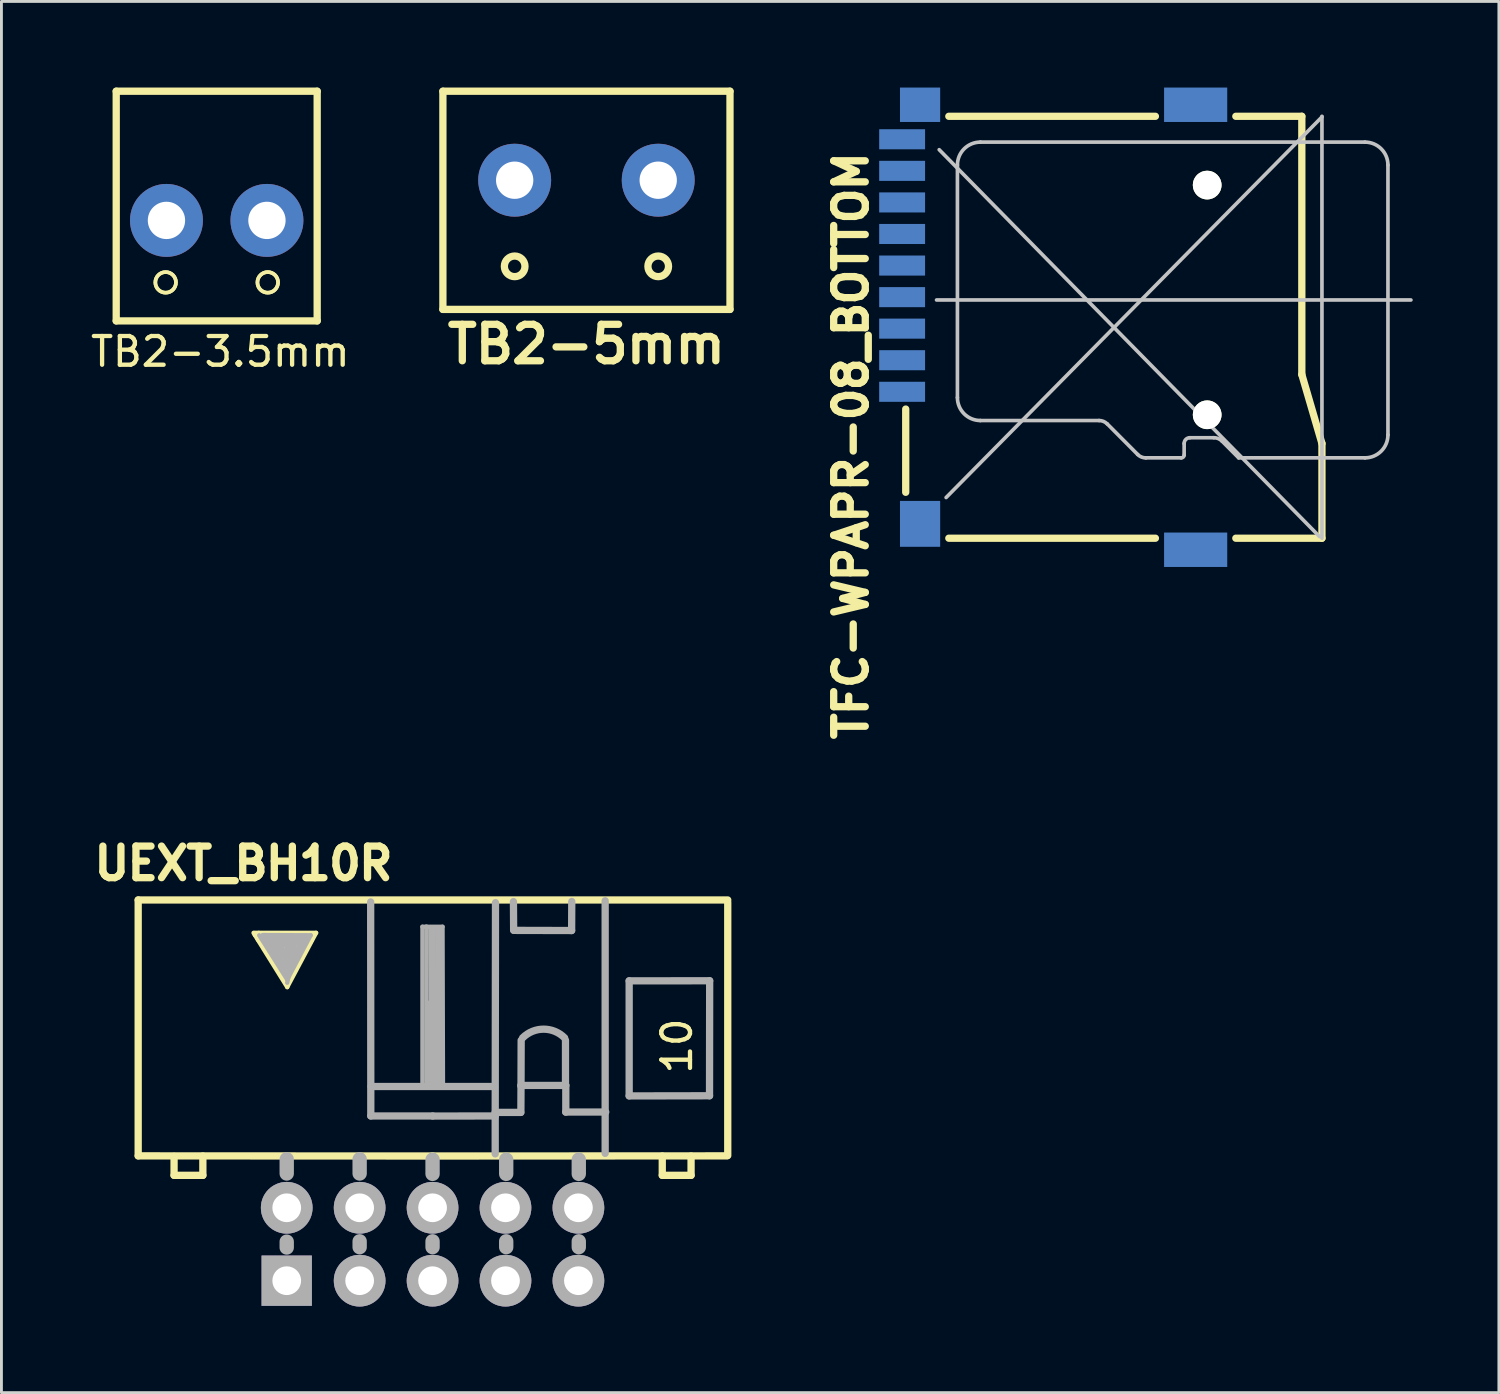
<source format=kicad_pcb>
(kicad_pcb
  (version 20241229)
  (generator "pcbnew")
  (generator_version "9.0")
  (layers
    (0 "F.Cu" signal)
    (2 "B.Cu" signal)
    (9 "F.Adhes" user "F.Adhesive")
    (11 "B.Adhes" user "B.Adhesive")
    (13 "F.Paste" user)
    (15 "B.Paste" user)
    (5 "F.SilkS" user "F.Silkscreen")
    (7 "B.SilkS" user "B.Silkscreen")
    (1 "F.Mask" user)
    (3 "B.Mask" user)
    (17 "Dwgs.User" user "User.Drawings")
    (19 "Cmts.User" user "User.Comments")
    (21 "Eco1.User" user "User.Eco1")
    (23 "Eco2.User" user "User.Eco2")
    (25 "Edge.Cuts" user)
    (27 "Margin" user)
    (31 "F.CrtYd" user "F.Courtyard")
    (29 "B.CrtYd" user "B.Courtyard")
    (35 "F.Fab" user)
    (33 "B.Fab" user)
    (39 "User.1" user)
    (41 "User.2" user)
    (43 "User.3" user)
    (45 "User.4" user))
  (footprint "TFC-WPAPR-08_BOTTOM"
    (layer "F.Cu")
    (at 35.747 8.349)
    (property "Reference" "TFC-WPAPR-08_BOTTOM" (at -9.154 4.128 270) (layer "F.SilkS") (effects (font (size 1.1 1.1) (thickness 0.254))))
    (attr smd)
    (fp_line (start -7.249 2.85) (end -7.249 5.748) (stroke (width 0.254) (type solid)) (layer "F.SilkS"))
    (fp_line (start -5.748 -7.348) (end 1.448 -7.348) (stroke (width 0.254) (type solid)) (layer "F.SilkS"))
    (fp_line (start -5.748 7.348) (end 1.448 7.348) (stroke (width 0.254) (type solid)) (layer "F.SilkS"))
    (fp_line (start 4.249 -7.348) (end 6.548 -7.348) (stroke (width 0.254) (type solid)) (layer "F.SilkS"))
    (fp_line (start 4.249 7.348) (end 7.249 7.348) (stroke (width 0.254) (type solid)) (layer "F.SilkS"))
    (fp_line (start 6.548 1.648) (end 6.548 -7.348) (stroke (width 0.254) (type solid)) (layer "F.SilkS"))
    (fp_line (start 7.249 4.049) (end 6.548 1.648) (stroke (width 0.254) (type solid)) (layer "F.SilkS"))
    (fp_line (start 7.249 7.348) (end 7.249 4.049) (stroke (width 0.254) (type solid)) (layer "F.SilkS"))
    (fp_line (start -6.175 -0.95) (end 10.348 -0.95) (stroke (width 0.127) (type solid)) (layer "Dwgs.User"))
    (fp_line (start -6.083 -6.185) (end 7.163 7.29) (stroke (width 0.127) (type solid)) (layer "Dwgs.User"))
    (fp_line (start -5.842 5.931) (end 7.252 -7.328) (stroke (width 0.127) (type solid)) (layer "Dwgs.User"))
    (fp_line (start -5.448 -5.649) (end -5.448 2.449) (stroke (width 0.127) (type solid)) (layer "Dwgs.User"))
    (fp_line (start -4.648 3.249) (end -0.516 3.249) (stroke (width 0.127) (type solid)) (layer "Dwgs.User"))
    (fp_line (start -0.231 3.365) (end 0.831 4.432) (stroke (width 0.127) (type solid)) (layer "Dwgs.User"))
    (fp_line (start 1.115 4.549) (end 2.349 4.549) (stroke (width 0.127) (type solid)) (layer "Dwgs.User"))
    (fp_line (start 2.449 4.448) (end 2.449 4.049) (stroke (width 0.127) (type solid)) (layer "Dwgs.User"))
    (fp_line (start 2.649 3.848) (end 3.482 3.848) (stroke (width 0.127) (type solid)) (layer "Dwgs.User"))
    (fp_line (start 3.767 3.965) (end 4.348 4.549) (stroke (width 0.127) (type solid)) (layer "Dwgs.User"))
    (fp_line (start 4.348 4.549) (end 8.748 4.549) (stroke (width 0.127) (type solid)) (layer "Dwgs.User"))
    (fp_line (start 7.249 7.348) (end 7.249 -7.348) (stroke (width 0.127) (type solid)) (layer "Dwgs.User"))
    (fp_line (start 8.748 -6.449) (end -4.648 -6.449) (stroke (width 0.127) (type solid)) (layer "Dwgs.User"))
    (fp_line (start 9.548 3.749) (end 9.548 -5.649) (stroke (width 0.127) (type solid)) (layer "Dwgs.User"))
    (fp_arc (start -5.4483 -5.64896) (mid -5.213956 -6.214716) (end -4.6482 -6.44906) (stroke (width 0.127) (type solid)) (layer "Dwgs.User"))
    (fp_arc (start -4.6482 3.24866) (mid -5.213956 3.014316) (end -5.4483 2.44856) (stroke (width 0.127) (type solid)) (layer "Dwgs.User"))
    (fp_arc (start -0.51308 3.248717) (mid -0.360495 3.279068) (end -0.23114 3.3655) (stroke (width 0.127) (type solid)) (layer "Dwgs.User"))
    (fp_arc (start 1.114358 4.550135) (mid 0.960776 4.519377) (end 0.83058 4.4323) (stroke (width 0.127) (type solid)) (layer "Dwgs.User"))
    (fp_arc (start 2.44856 4.04876) (mid 2.507332 3.906872) (end 2.64922 3.8481) (stroke (width 0.127) (type solid)) (layer "Dwgs.User"))
    (fp_arc (start 2.4511 4.44754) (mid 2.421342 4.519382) (end 2.3495 4.54914) (stroke (width 0.127) (type solid)) (layer "Dwgs.User"))
    (fp_arc (start 3.48234 3.847105) (mid 3.636299 3.877729) (end 3.76682 3.96494) (stroke (width 0.127) (type solid)) (layer "Dwgs.User"))
    (fp_arc (start 8.74776 -6.44906) (mid 9.313516 -6.214716) (end 9.54786 -5.64896) (stroke (width 0.127) (type solid)) (layer "Dwgs.User"))
    (fp_arc (start 9.54786 3.74904) (mid 9.313516 4.314796) (end 8.74776 4.54914) (stroke (width 0.127) (type solid)) (layer "Dwgs.User"))
    (pad "" np_thru_hole circle (at 3.251 -4.953) (size 1 1) (drill 1) (layers "*.Cu" "*.Mask" "F.SilkS"))
    (pad "" np_thru_hole circle (at 3.251 3.048) (size 1 1) (drill 1) (layers "*.Cu" "*.Mask" "F.SilkS"))
    (pad "1" smd rect (at -7.374 2.248 90) (size 0.699 1.598) (layers "F.Mask" "B.Cu" "F.Paste"))
    (pad "2" smd rect (at -7.374 1.148 90) (size 0.699 1.598) (layers "F.Mask" "B.Cu" "F.Paste"))
    (pad "3" smd rect (at -7.374 0.048 90) (size 0.699 1.598) (layers "F.Mask" "B.Cu" "F.Paste"))
    (pad "4" smd rect (at -7.374 -1.049 90) (size 0.699 1.598) (layers "F.Mask" "B.Cu" "F.Paste"))
    (pad "5" smd rect (at -7.374 -2.149 90) (size 0.699 1.598) (layers "F.Mask" "B.Cu" "F.Paste"))
    (pad "6" smd rect (at -7.374 -3.249 90) (size 0.699 1.598) (layers "F.Mask" "B.Cu" "F.Paste"))
    (pad "7" smd rect (at -7.374 -4.348 90) (size 0.699 1.598) (layers "F.Mask" "B.Cu" "F.Paste"))
    (pad "8" smd rect (at -7.374 -5.448 90) (size 0.699 1.598) (layers "F.Mask" "B.Cu" "F.Paste"))
    (pad "9" smd rect (at -7.374 -6.548 90) (size 0.699 1.598) (layers "F.Mask" "B.Cu" "F.Paste"))
    (pad "10" smd rect (at -6.749 -7.75 90) (size 1.199 1.4) (layers "F.Mask" "B.Cu" "F.Paste"))
    (pad "11" smd rect (at -6.749 6.848 90) (size 1.598 1.4) (layers "F.Mask" "B.Cu" "F.Paste"))
    (pad "12" smd rect (at 2.85 -7.75 90) (size 1.199 2.2) (layers "F.Mask" "B.Cu" "F.Paste"))
    (pad "13" smd rect (at 2.85 7.75 90) (size 1.199 2.2) (layers "F.Mask" "B.Cu" "F.Paste")))
  (footprint "TB2-3.5mm"
    (layer "F.Cu")
    (at 4.498 4.627)
    (property "Reference" "TB2-3.5mm" (at 0.127 4.572 0) (layer "F.SilkS") (effects (font (size 1 1) (thickness 0.15))))
    (attr through_hole)
    (fp_line (start -3.5 -4.5) (end 3.5 -4.5) (stroke (width 0.254) (type solid)) (layer "F.SilkS"))
    (fp_line (start -3.5 3.5) (end -3.5 -4.5) (stroke (width 0.254) (type solid)) (layer "F.SilkS"))
    (fp_line (start 3.5 3.5) (end -3.5 3.5) (stroke (width 0.254) (type solid)) (layer "F.SilkS"))
    (fp_line (start 3.5 3.5) (end 3.5 -4.5) (stroke (width 0.254) (type solid)) (layer "F.SilkS"))
    (fp_circle (center -1.778 2.159) (end -1.524 2.413) (stroke (width 0.127) (type solid)) (fill no) (layer "F.SilkS"))
    (fp_circle (center -1.778 2.159) (end -1.524 2.413) (stroke (width 0.127) (type solid)) (fill no) (layer "F.SilkS"))
    (fp_circle (center 1.778 2.159) (end 2.032 2.413) (stroke (width 0.127) (type solid)) (fill no) (layer "F.SilkS"))
    (fp_circle (center 1.778 2.159) (end 2.032 2.413) (stroke (width 0.127) (type solid)) (fill no) (layer "F.SilkS"))
    (pad "1" thru_hole circle (at -1.75 0) (size 2.54 2.54) (drill 1.3) (layers "*.Cu" "*.Mask"))
    (pad "2" thru_hole circle (at 1.75 0) (size 2.54 2.54) (drill 1.3) (layers "*.Cu" "*.Mask")))
  (footprint "TB2-5mm"
    (layer "F.Cu")
    (at 17.377 3.227)
    (property "Reference" "TB2-5mm" (at 0 5.715 0) (layer "F.SilkS") (effects (font (size 1.27 1.27) (thickness 0.254))))
    (attr through_hole)
    (fp_line (start -5 -3.1) (end 5 -3.1) (stroke (width 0.254) (type solid)) (layer "F.SilkS"))
    (fp_line (start -5 4.5) (end -5 -3.1) (stroke (width 0.254) (type solid)) (layer "F.SilkS"))
    (fp_line (start 5 4.5) (end -5 4.5) (stroke (width 0.254) (type solid)) (layer "F.SilkS"))
    (fp_line (start 5 4.5) (end 5 -3.1) (stroke (width 0.254) (type solid)) (layer "F.SilkS"))
    (fp_circle (center -2.5 3) (end -2.141 3) (stroke (width 0.254) (type solid)) (fill no) (layer "F.SilkS"))
    (fp_circle (center 2.5 3) (end 2.859 3) (stroke (width 0.254) (type solid)) (fill no) (layer "F.SilkS"))
    (pad "1" thru_hole circle (at -2.5 0) (size 2.54 2.54) (drill 1.3) (layers "*.Cu" "*.Mask"))
    (pad "2" thru_hole circle (at 2.5 0) (size 2.54 2.54) (drill 1.3) (layers "*.Cu" "*.Mask")))
  (footprint "UEXT_BH10R"
    (layer "F.Cu")
    (at 12.017 40.289)
    (property "Reference" "UEXT_BH10R" (at -6.586 -13.264 0) (layer "F.SilkS") (effects (font (size 1.1 1.1) (thickness 0.254))))
    (attr through_hole)
    (fp_line (start -10.254 -11.991) (end 10.282 -11.991) (stroke (width 0.254) (type solid)) (layer "F.SilkS"))
    (fp_line (start -10.254 -3.078) (end -10.254 -11.991) (stroke (width 0.254) (type solid)) (layer "F.SilkS"))
    (fp_line (start -9.004 -3.061) (end -9.004 -2.4) (stroke (width 0.254) (type solid)) (layer "F.SilkS"))
    (fp_line (start -9.004 -2.4) (end -8.001 -2.4) (stroke (width 0.254) (type solid)) (layer "F.SilkS"))
    (fp_line (start -8.001 -2.4) (end -8.001 -3.073) (stroke (width 0.254) (type solid)) (layer "F.SilkS"))
    (fp_line (start -6.19 -10.77) (end -6.236 -10.846) (stroke (width 0.15) (type solid)) (layer "F.SilkS"))
    (fp_line (start -6.053 -10.846) (end -6.21 -10.846) (stroke (width 0.15) (type solid)) (layer "F.SilkS"))
    (fp_line (start -6.053 -10.846) (end -4.056 -10.846) (stroke (width 0.15) (type solid)) (layer "F.SilkS"))
    (fp_line (start -5.842 -10.668) (end -5.08 -9.398) (stroke (width 0.406) (type solid)) (layer "F.SilkS"))
    (fp_line (start -5.334 -10.668) (end -5.334 -10.033) (stroke (width 0.305) (type solid)) (layer "F.SilkS"))
    (fp_line (start -5.08 -9.398) (end -4.318 -10.668) (stroke (width 0.406) (type solid)) (layer "F.SilkS"))
    (fp_line (start -5.08 -9.144) (end -5.08 -10.541) (stroke (width 0.254) (type solid)) (layer "F.SilkS"))
    (fp_line (start -5.062 -8.956) (end -6.19 -10.77) (stroke (width 0.15) (type solid)) (layer "F.SilkS"))
    (fp_line (start -4.826 -10.668) (end -4.826 -10.033) (stroke (width 0.305) (type solid)) (layer "F.SilkS"))
    (fp_line (start -4.318 -10.668) (end -5.969 -10.668) (stroke (width 0.406) (type solid)) (layer "F.SilkS"))
    (fp_line (start -4.056 -10.846) (end -5.062 -8.956) (stroke (width 0.15) (type solid)) (layer "F.SilkS"))
    (fp_line (start 0 -3.073) (end -10.254 -3.078) (stroke (width 0.254) (type solid)) (layer "F.SilkS"))
    (fp_line (start 0 -3.073) (end 10.254 -3.078) (stroke (width 0.254) (type solid)) (layer "F.SilkS"))
    (fp_line (start 8.001 -3.073) (end 8.001 -2.4) (stroke (width 0.254) (type solid)) (layer "F.SilkS"))
    (fp_line (start 8.001 -2.4) (end 9.004 -2.4) (stroke (width 0.254) (type solid)) (layer "F.SilkS"))
    (fp_line (start 9.004 -2.4) (end 9.004 -3.073) (stroke (width 0.254) (type solid)) (layer "F.SilkS"))
    (fp_line (start 10.282 -3.089) (end 10.282 -11.908) (stroke (width 0.254) (type solid)) (layer "F.SilkS"))
    (fp_line (start -6.038 -10.762) (end -5.062 -9.215) (stroke (width 0.15) (type solid)) (layer "F.Fab"))
    (fp_line (start -5.908 -10.77) (end -5.077 -9.428) (stroke (width 0.15) (type solid)) (layer "F.Fab"))
    (fp_line (start -5.779 -10.671) (end -5.077 -9.642) (stroke (width 0.15) (type solid)) (layer "F.Fab"))
    (fp_line (start -5.565 -10.564) (end -5.039 -9.817) (stroke (width 0.15) (type solid)) (layer "F.Fab"))
    (fp_line (start -5.337 -10.472) (end -5.047 -10.03) (stroke (width 0.15) (type solid)) (layer "F.Fab"))
    (fp_line (start -5.319 -10.351) (end -5.641 -10.615) (stroke (width 0.15) (type solid)) (layer "F.Fab"))
    (fp_line (start -5.184 -10.434) (end -5.009 -10.328) (stroke (width 0.15) (type solid)) (layer "F.Fab"))
    (fp_line (start -5.116 -10.259) (end -5.108 -10.251) (stroke (width 0.15) (type solid)) (layer "F.Fab"))
    (fp_line (start -5.08 -2.959) (end -5.08 -2.464) (stroke (width 0.5) (type solid)) (layer "F.Fab"))
    (fp_line (start -5.08 -0.089) (end -5.08 0.114) (stroke (width 0.5) (type solid)) (layer "F.Fab"))
    (fp_line (start -5.077 -9.642) (end -4.536 -10.617) (stroke (width 0.15) (type solid)) (layer "F.Fab"))
    (fp_line (start -5.077 -9.428) (end -4.407 -10.686) (stroke (width 0.15) (type solid)) (layer "F.Fab"))
    (fp_line (start -5.062 -9.215) (end -4.247 -10.762) (stroke (width 0.15) (type solid)) (layer "F.Fab"))
    (fp_line (start -5.047 -10.03) (end -4.902 -10.48) (stroke (width 0.15) (type solid)) (layer "F.Fab"))
    (fp_line (start -5.039 -9.817) (end -4.75 -10.556) (stroke (width 0.15) (type solid)) (layer "F.Fab"))
    (fp_line (start -5.009 -10.328) (end -5.116 -10.259) (stroke (width 0.15) (type solid)) (layer "F.Fab"))
    (fp_line (start -5.001 -9.406) (end -5.062 -9.108) (stroke (width 0.15) (type solid)) (layer "F.Fab"))
    (fp_line (start -4.902 -10.48) (end -5.184 -10.434) (stroke (width 0.15) (type solid)) (layer "F.Fab"))
    (fp_line (start -4.75 -10.556) (end -5.337 -10.472) (stroke (width 0.15) (type solid)) (layer "F.Fab"))
    (fp_line (start -4.605 -10.668) (end -4.712 -10.472) (stroke (width 0.15) (type solid)) (layer "F.Fab"))
    (fp_line (start -4.536 -10.617) (end -5.565 -10.564) (stroke (width 0.15) (type solid)) (layer "F.Fab"))
    (fp_line (start -4.407 -10.686) (end -5.779 -10.671) (stroke (width 0.15) (type solid)) (layer "F.Fab"))
    (fp_line (start -4.247 -10.762) (end -5.908 -10.77) (stroke (width 0.15) (type solid)) (layer "F.Fab"))
    (fp_line (start -2.54 -2.959) (end -2.54 -2.464) (stroke (width 0.5) (type solid)) (layer "F.Fab"))
    (fp_line (start -2.54 -0.102) (end -2.54 0.102) (stroke (width 0.5) (type solid)) (layer "F.Fab"))
    (fp_line (start -2.151 -4.468) (end -2.156 -11.923) (stroke (width 0.254) (type solid)) (layer "F.Fab"))
    (fp_line (start -2.141 -5.494) (end 2.159 -5.494) (stroke (width 0.254) (type solid)) (layer "F.Fab"))
    (fp_line (start -0.353 -11.059) (end 0.348 -11.059) (stroke (width 0.15) (type solid)) (layer "F.Fab"))
    (fp_line (start -0.353 -5.502) (end -0.353 -11.059) (stroke (width 0.15) (type solid)) (layer "F.Fab"))
    (fp_line (start -0.216 -11.067) (end -0.216 -5.588) (stroke (width 0.15) (type solid)) (layer "F.Fab"))
    (fp_line (start -0.137 -5.596) (end 0.254 -5.598) (stroke (width 0.15) (type solid)) (layer "F.Fab"))
    (fp_line (start -0.124 -6.37) (end -0.137 -5.596) (stroke (width 0.15) (type solid)) (layer "F.Fab"))
    (fp_line (start -0.112 -8.415) (end -0.14 -6.18) (stroke (width 0.15) (type solid)) (layer "F.Fab"))
    (fp_line (start -0.079 -11.013) (end -0.064 -5.634) (stroke (width 0.15) (type solid)) (layer "F.Fab"))
    (fp_line (start 0 -2.946) (end 0 -2.451) (stroke (width 0.5) (type solid)) (layer "F.Fab"))
    (fp_line (start 0 -0.102) (end 0 0.102) (stroke (width 0.5) (type solid)) (layer "F.Fab"))
    (fp_line (start 0.005 -4.468) (end -2.151 -4.468) (stroke (width 0.254) (type solid)) (layer "F.Fab"))
    (fp_line (start 0.008 -4.465) (end 2.159 -4.468) (stroke (width 0.254) (type solid)) (layer "F.Fab"))
    (fp_line (start 0.043 -11.013) (end 0.028 -5.618) (stroke (width 0.15) (type solid)) (layer "F.Fab"))
    (fp_line (start 0.165 -11.013) (end 0.15 -5.649) (stroke (width 0.15) (type solid)) (layer "F.Fab"))
    (fp_line (start 0.287 -11.029) (end 0.241 -5.649) (stroke (width 0.15) (type solid)) (layer "F.Fab"))
    (fp_line (start 0.348 -11.059) (end 0.363 -5.512) (stroke (width 0.15) (type solid)) (layer "F.Fab"))
    (fp_line (start 2.179 -4.592) (end 3.071 -4.592) (stroke (width 0.254) (type solid)) (layer "F.Fab"))
    (fp_line (start 2.182 -4.481) (end 2.182 -3.147) (stroke (width 0.254) (type solid)) (layer "F.Fab"))
    (fp_line (start 2.182 -4.453) (end 2.192 -11.897) (stroke (width 0.254) (type solid)) (layer "F.Fab"))
    (fp_line (start 2.565 -2.946) (end 2.565 -2.451) (stroke (width 0.5) (type solid)) (layer "F.Fab"))
    (fp_line (start 2.565 -0.102) (end 2.565 0.102) (stroke (width 0.5) (type solid)) (layer "F.Fab"))
    (fp_line (start 2.817 -11.935) (end 2.824 -10.937) (stroke (width 0.254) (type solid)) (layer "F.Fab"))
    (fp_line (start 2.832 -10.932) (end 4.844 -10.927) (stroke (width 0.254) (type solid)) (layer "F.Fab"))
    (fp_line (start 3.076 -4.592) (end 3.081 -5.532) (stroke (width 0.254) (type solid)) (layer "F.Fab"))
    (fp_line (start 3.081 -5.532) (end 4.641 -5.532) (stroke (width 0.254) (type solid)) (layer "F.Fab"))
    (fp_line (start 3.081 -5.507) (end 3.086 -7.102) (stroke (width 0.254) (type solid)) (layer "F.Fab"))
    (fp_line (start 4.63 -5.527) (end 4.63 -7.102) (stroke (width 0.254) (type solid)) (layer "F.Fab"))
    (fp_line (start 4.641 -5.532) (end 4.641 -4.602) (stroke (width 0.254) (type solid)) (layer "F.Fab"))
    (fp_line (start 4.844 -10.927) (end 4.849 -11.938) (stroke (width 0.254) (type solid)) (layer "F.Fab"))
    (fp_line (start 5.093 -2.946) (end 5.093 -2.451) (stroke (width 0.5) (type solid)) (layer "F.Fab"))
    (fp_line (start 5.093 -0.102) (end 5.093 0.102) (stroke (width 0.5) (type solid)) (layer "F.Fab"))
    (fp_line (start 6.012 -11.963) (end 6.012 -3.165) (stroke (width 0.254) (type solid)) (layer "F.Fab"))
    (fp_line (start 6.032 -4.605) (end 4.638 -4.605) (stroke (width 0.254) (type solid)) (layer "F.Fab"))
    (fp_line (start 6.848 -9.174) (end 6.848 -5.169) (stroke (width 0.254) (type solid)) (layer "F.Fab"))
    (fp_line (start 6.848 -5.166) (end 9.647 -5.171) (stroke (width 0.254) (type solid)) (layer "F.Fab"))
    (fp_line (start 9.647 -5.171) (end 9.652 -9.177) (stroke (width 0.254) (type solid)) (layer "F.Fab"))
    (fp_line (start 9.652 -9.177) (end 6.848 -9.174) (stroke (width 0.254) (type solid)) (layer "F.Fab"))
    (fp_arc (start 3.1369 -7.1882) (mid 3.86842 -7.491206) (end 4.59994 -7.1882) (stroke (width 0.254) (type solid)) (layer "F.Fab"))
    (fp_text user "10" (at 8.512 -6.904 90) (layer "F.SilkS") (effects (font (size 1 1) (thickness 0.15))))
    (pad "1" thru_hole rect (at -5.08 1.27) (size 1.75 1.75) (drill 1) (layers "*.Cu" "*.Mask" "F.Fab"))
    (pad "2" thru_hole circle (at -5.08 -1.27) (size 1.8 1.8) (drill 1) (layers "*.Cu" "*.Mask" "F.Fab"))
    (pad "3" thru_hole circle (at -2.54 1.27) (size 1.8 1.8) (drill 1) (layers "*.Cu" "*.Mask" "F.Fab"))
    (pad "4" thru_hole circle (at -2.54 -1.27) (size 1.8 1.8) (drill 1) (layers "*.Cu" "*.Mask" "F.Fab"))
    (pad "5" thru_hole circle (at 0 1.27) (size 1.8 1.8) (drill 1) (layers "*.Cu" "*.Mask" "F.Fab"))
    (pad "6" thru_hole circle (at 0 -1.27) (size 1.8 1.8) (drill 1) (layers "*.Cu" "*.Mask" "F.Fab"))
    (pad "7" thru_hole circle (at 2.54 1.27) (size 1.8 1.8) (drill 1) (layers "*.Cu" "*.Mask" "F.Fab"))
    (pad "8" thru_hole circle (at 2.54 -1.27) (size 1.8 1.8) (drill 1) (layers "*.Cu" "*.Mask" "F.Fab"))
    (pad "9" thru_hole circle (at 5.08 1.27) (size 1.8 1.8) (drill 1) (layers "*.Cu" "*.Mask" "F.Fab"))
    (pad "10" thru_hole circle (at 5.08 -1.27) (size 1.8 1.8) (drill 1) (layers "*.Cu" "*.Mask" "F.Fab")))
  (gr_rect
    (start -3 -3)
    (end 49.159 45.459)
    (stroke (width 0.1) (type default))
    (fill no)
    (layer "Edge.Cuts")))
</source>
